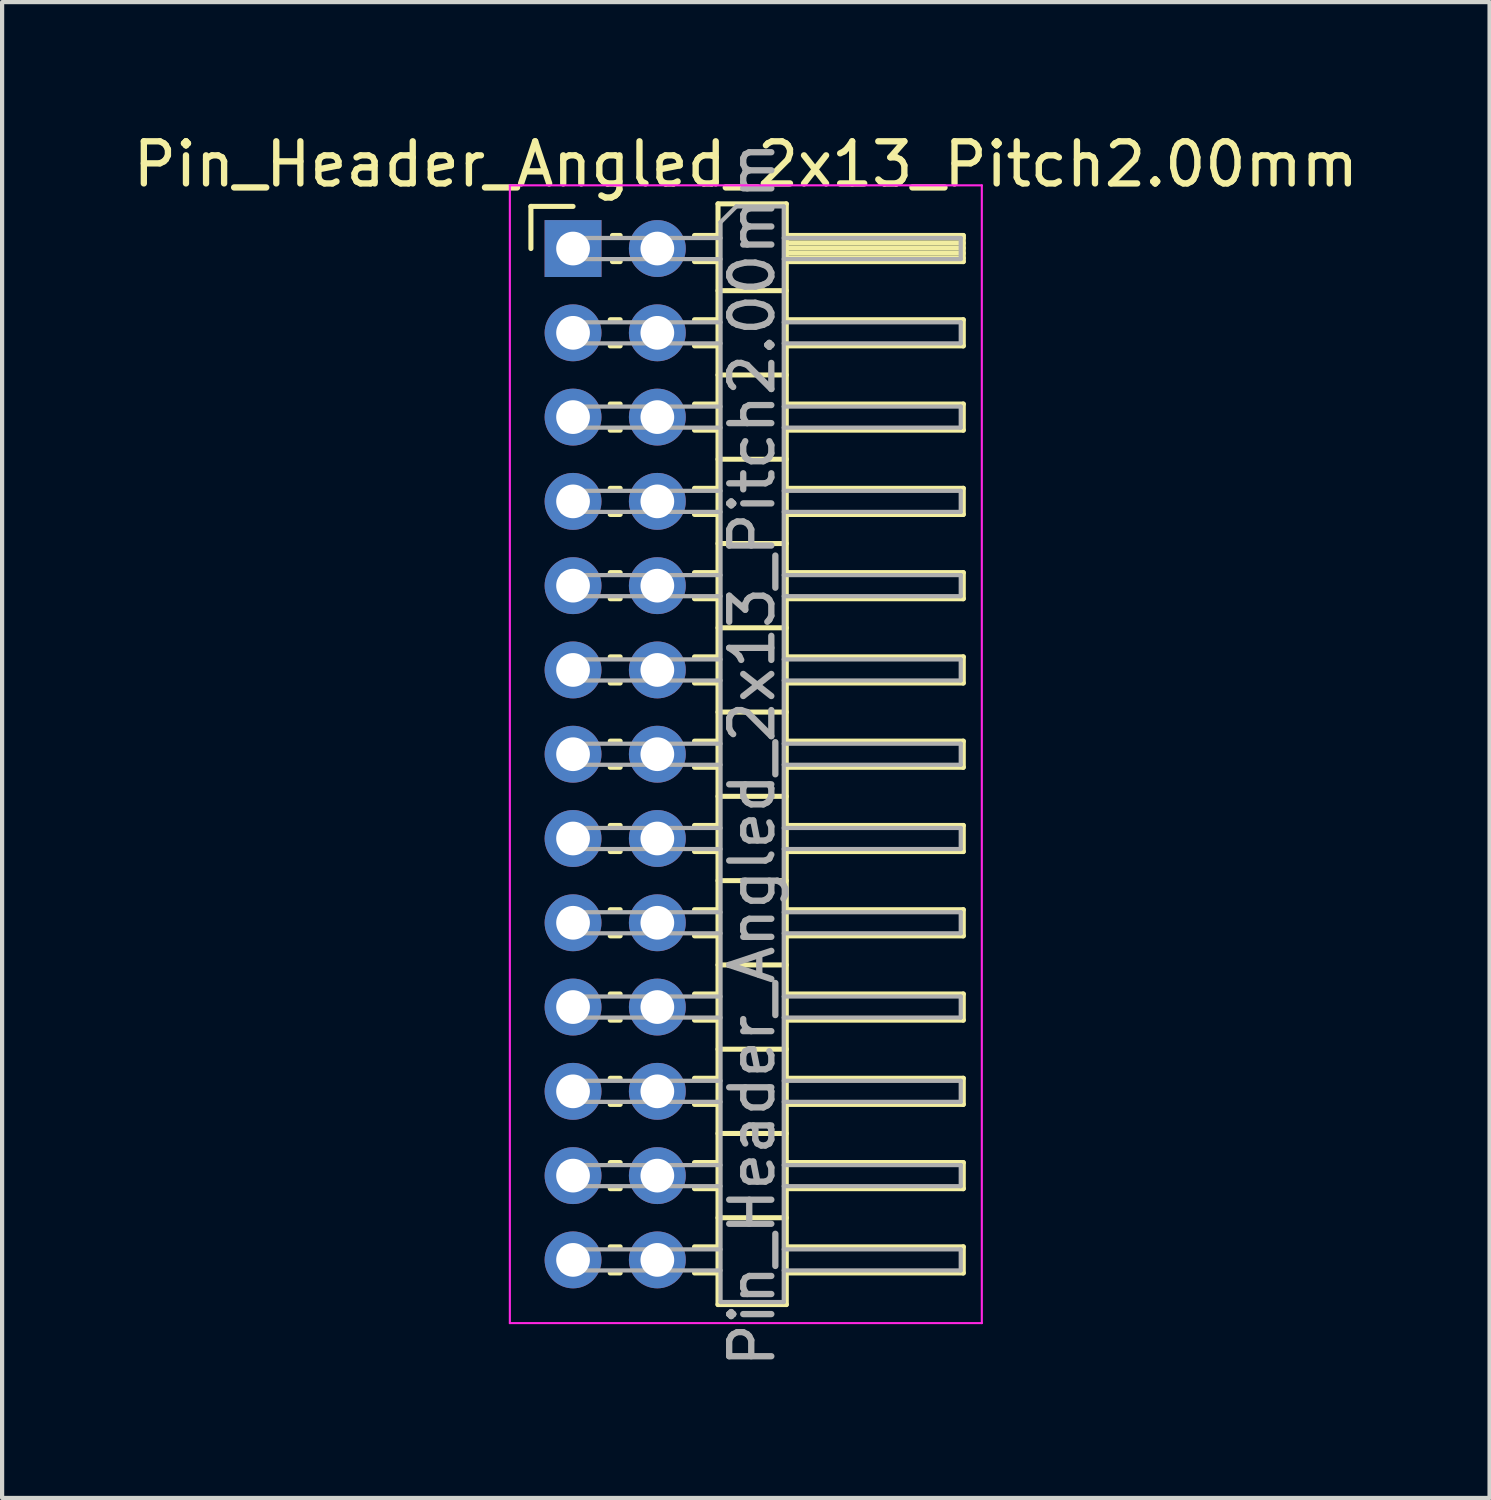
<source format=kicad_pcb>
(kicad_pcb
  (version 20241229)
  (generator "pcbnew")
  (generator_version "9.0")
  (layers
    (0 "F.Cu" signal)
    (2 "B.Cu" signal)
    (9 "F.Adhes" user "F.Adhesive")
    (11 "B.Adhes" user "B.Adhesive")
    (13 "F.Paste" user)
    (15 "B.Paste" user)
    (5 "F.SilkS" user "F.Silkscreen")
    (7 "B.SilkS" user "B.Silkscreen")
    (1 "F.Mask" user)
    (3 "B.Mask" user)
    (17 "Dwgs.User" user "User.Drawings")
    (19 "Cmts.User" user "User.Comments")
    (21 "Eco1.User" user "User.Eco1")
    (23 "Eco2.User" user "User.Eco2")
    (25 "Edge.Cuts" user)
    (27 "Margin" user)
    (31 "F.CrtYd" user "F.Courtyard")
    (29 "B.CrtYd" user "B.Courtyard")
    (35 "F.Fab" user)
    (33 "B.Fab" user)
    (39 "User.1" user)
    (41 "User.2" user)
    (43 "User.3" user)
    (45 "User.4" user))
  (footprint "Pin_Header_Angled_2x13_Pitch2.00mm"
    (layer "F.Cu")
    (at 10.549 2.848)
    (property "Reference" "Pin_Header_Angled_2x13_Pitch2.00mm" (at 4.1 -2 0) (layer "F.SilkS") (effects (font (size 1 1) (thickness 0.15))))
    (attr through_hole)
    (fp_line (start -1 -1) (end 0 -1) (stroke (width 0.12) (type solid)) (layer "F.SilkS"))
    (fp_line (start -1 0) (end -1 -1) (stroke (width 0.12) (type solid)) (layer "F.SilkS"))
    (fp_line (start 0.882 1.69) (end 1.118 1.69) (stroke (width 0.12) (type solid)) (layer "F.SilkS"))
    (fp_line (start 0.882 2.31) (end 1.118 2.31) (stroke (width 0.12) (type solid)) (layer "F.SilkS"))
    (fp_line (start 0.882 3.69) (end 1.118 3.69) (stroke (width 0.12) (type solid)) (layer "F.SilkS"))
    (fp_line (start 0.882 4.31) (end 1.118 4.31) (stroke (width 0.12) (type solid)) (layer "F.SilkS"))
    (fp_line (start 0.882 5.69) (end 1.118 5.69) (stroke (width 0.12) (type solid)) (layer "F.SilkS"))
    (fp_line (start 0.882 6.31) (end 1.118 6.31) (stroke (width 0.12) (type solid)) (layer "F.SilkS"))
    (fp_line (start 0.882 7.69) (end 1.118 7.69) (stroke (width 0.12) (type solid)) (layer "F.SilkS"))
    (fp_line (start 0.882 8.31) (end 1.118 8.31) (stroke (width 0.12) (type solid)) (layer "F.SilkS"))
    (fp_line (start 0.882 9.69) (end 1.118 9.69) (stroke (width 0.12) (type solid)) (layer "F.SilkS"))
    (fp_line (start 0.882 10.31) (end 1.118 10.31) (stroke (width 0.12) (type solid)) (layer "F.SilkS"))
    (fp_line (start 0.882 11.69) (end 1.118 11.69) (stroke (width 0.12) (type solid)) (layer "F.SilkS"))
    (fp_line (start 0.882 12.31) (end 1.118 12.31) (stroke (width 0.12) (type solid)) (layer "F.SilkS"))
    (fp_line (start 0.882 13.69) (end 1.118 13.69) (stroke (width 0.12) (type solid)) (layer "F.SilkS"))
    (fp_line (start 0.882 14.31) (end 1.118 14.31) (stroke (width 0.12) (type solid)) (layer "F.SilkS"))
    (fp_line (start 0.882 15.69) (end 1.118 15.69) (stroke (width 0.12) (type solid)) (layer "F.SilkS"))
    (fp_line (start 0.882 16.31) (end 1.118 16.31) (stroke (width 0.12) (type solid)) (layer "F.SilkS"))
    (fp_line (start 0.882 17.69) (end 1.118 17.69) (stroke (width 0.12) (type solid)) (layer "F.SilkS"))
    (fp_line (start 0.882 18.31) (end 1.118 18.31) (stroke (width 0.12) (type solid)) (layer "F.SilkS"))
    (fp_line (start 0.882 19.69) (end 1.118 19.69) (stroke (width 0.12) (type solid)) (layer "F.SilkS"))
    (fp_line (start 0.882 20.31) (end 1.118 20.31) (stroke (width 0.12) (type solid)) (layer "F.SilkS"))
    (fp_line (start 0.882 21.69) (end 1.118 21.69) (stroke (width 0.12) (type solid)) (layer "F.SilkS"))
    (fp_line (start 0.882 22.31) (end 1.118 22.31) (stroke (width 0.12) (type solid)) (layer "F.SilkS"))
    (fp_line (start 0.882 23.69) (end 1.118 23.69) (stroke (width 0.12) (type solid)) (layer "F.SilkS"))
    (fp_line (start 0.882 24.31) (end 1.118 24.31) (stroke (width 0.12) (type solid)) (layer "F.SilkS"))
    (fp_line (start 0.935 -0.31) (end 1.118 -0.31) (stroke (width 0.12) (type solid)) (layer "F.SilkS"))
    (fp_line (start 0.935 0.31) (end 1.118 0.31) (stroke (width 0.12) (type solid)) (layer "F.SilkS"))
    (fp_line (start 2.882 -0.31) (end 3.44 -0.31) (stroke (width 0.12) (type solid)) (layer "F.SilkS"))
    (fp_line (start 2.882 0.31) (end 3.44 0.31) (stroke (width 0.12) (type solid)) (layer "F.SilkS"))
    (fp_line (start 2.882 1.69) (end 3.44 1.69) (stroke (width 0.12) (type solid)) (layer "F.SilkS"))
    (fp_line (start 2.882 2.31) (end 3.44 2.31) (stroke (width 0.12) (type solid)) (layer "F.SilkS"))
    (fp_line (start 2.882 3.69) (end 3.44 3.69) (stroke (width 0.12) (type solid)) (layer "F.SilkS"))
    (fp_line (start 2.882 4.31) (end 3.44 4.31) (stroke (width 0.12) (type solid)) (layer "F.SilkS"))
    (fp_line (start 2.882 5.69) (end 3.44 5.69) (stroke (width 0.12) (type solid)) (layer "F.SilkS"))
    (fp_line (start 2.882 6.31) (end 3.44 6.31) (stroke (width 0.12) (type solid)) (layer "F.SilkS"))
    (fp_line (start 2.882 7.69) (end 3.44 7.69) (stroke (width 0.12) (type solid)) (layer "F.SilkS"))
    (fp_line (start 2.882 8.31) (end 3.44 8.31) (stroke (width 0.12) (type solid)) (layer "F.SilkS"))
    (fp_line (start 2.882 9.69) (end 3.44 9.69) (stroke (width 0.12) (type solid)) (layer "F.SilkS"))
    (fp_line (start 2.882 10.31) (end 3.44 10.31) (stroke (width 0.12) (type solid)) (layer "F.SilkS"))
    (fp_line (start 2.882 11.69) (end 3.44 11.69) (stroke (width 0.12) (type solid)) (layer "F.SilkS"))
    (fp_line (start 2.882 12.31) (end 3.44 12.31) (stroke (width 0.12) (type solid)) (layer "F.SilkS"))
    (fp_line (start 2.882 13.69) (end 3.44 13.69) (stroke (width 0.12) (type solid)) (layer "F.SilkS"))
    (fp_line (start 2.882 14.31) (end 3.44 14.31) (stroke (width 0.12) (type solid)) (layer "F.SilkS"))
    (fp_line (start 2.882 15.69) (end 3.44 15.69) (stroke (width 0.12) (type solid)) (layer "F.SilkS"))
    (fp_line (start 2.882 16.31) (end 3.44 16.31) (stroke (width 0.12) (type solid)) (layer "F.SilkS"))
    (fp_line (start 2.882 17.69) (end 3.44 17.69) (stroke (width 0.12) (type solid)) (layer "F.SilkS"))
    (fp_line (start 2.882 18.31) (end 3.44 18.31) (stroke (width 0.12) (type solid)) (layer "F.SilkS"))
    (fp_line (start 2.882 19.69) (end 3.44 19.69) (stroke (width 0.12) (type solid)) (layer "F.SilkS"))
    (fp_line (start 2.882 20.31) (end 3.44 20.31) (stroke (width 0.12) (type solid)) (layer "F.SilkS"))
    (fp_line (start 2.882 21.69) (end 3.44 21.69) (stroke (width 0.12) (type solid)) (layer "F.SilkS"))
    (fp_line (start 2.882 22.31) (end 3.44 22.31) (stroke (width 0.12) (type solid)) (layer "F.SilkS"))
    (fp_line (start 2.882 23.69) (end 3.44 23.69) (stroke (width 0.12) (type solid)) (layer "F.SilkS"))
    (fp_line (start 2.882 24.31) (end 3.44 24.31) (stroke (width 0.12) (type solid)) (layer "F.SilkS"))
    (fp_line (start 3.44 -1.06) (end 3.44 25.06) (stroke (width 0.12) (type solid)) (layer "F.SilkS"))
    (fp_line (start 3.44 1) (end 5.06 1) (stroke (width 0.12) (type solid)) (layer "F.SilkS"))
    (fp_line (start 3.44 3) (end 5.06 3) (stroke (width 0.12) (type solid)) (layer "F.SilkS"))
    (fp_line (start 3.44 5) (end 5.06 5) (stroke (width 0.12) (type solid)) (layer "F.SilkS"))
    (fp_line (start 3.44 7) (end 5.06 7) (stroke (width 0.12) (type solid)) (layer "F.SilkS"))
    (fp_line (start 3.44 9) (end 5.06 9) (stroke (width 0.12) (type solid)) (layer "F.SilkS"))
    (fp_line (start 3.44 11) (end 5.06 11) (stroke (width 0.12) (type solid)) (layer "F.SilkS"))
    (fp_line (start 3.44 13) (end 5.06 13) (stroke (width 0.12) (type solid)) (layer "F.SilkS"))
    (fp_line (start 3.44 15) (end 5.06 15) (stroke (width 0.12) (type solid)) (layer "F.SilkS"))
    (fp_line (start 3.44 17) (end 5.06 17) (stroke (width 0.12) (type solid)) (layer "F.SilkS"))
    (fp_line (start 3.44 19) (end 5.06 19) (stroke (width 0.12) (type solid)) (layer "F.SilkS"))
    (fp_line (start 3.44 21) (end 5.06 21) (stroke (width 0.12) (type solid)) (layer "F.SilkS"))
    (fp_line (start 3.44 23) (end 5.06 23) (stroke (width 0.12) (type solid)) (layer "F.SilkS"))
    (fp_line (start 3.44 25.06) (end 5.06 25.06) (stroke (width 0.12) (type solid)) (layer "F.SilkS"))
    (fp_line (start 5.06 -1.06) (end 3.44 -1.06) (stroke (width 0.12) (type solid)) (layer "F.SilkS"))
    (fp_line (start 5.06 -0.31) (end 9.26 -0.31) (stroke (width 0.12) (type solid)) (layer "F.SilkS"))
    (fp_line (start 5.06 -0.25) (end 9.26 -0.25) (stroke (width 0.12) (type solid)) (layer "F.SilkS"))
    (fp_line (start 5.06 -0.13) (end 9.26 -0.13) (stroke (width 0.12) (type solid)) (layer "F.SilkS"))
    (fp_line (start 5.06 -0.01) (end 9.26 -0.01) (stroke (width 0.12) (type solid)) (layer "F.SilkS"))
    (fp_line (start 5.06 0.11) (end 9.26 0.11) (stroke (width 0.12) (type solid)) (layer "F.SilkS"))
    (fp_line (start 5.06 0.23) (end 9.26 0.23) (stroke (width 0.12) (type solid)) (layer "F.SilkS"))
    (fp_line (start 5.06 1.69) (end 9.26 1.69) (stroke (width 0.12) (type solid)) (layer "F.SilkS"))
    (fp_line (start 5.06 3.69) (end 9.26 3.69) (stroke (width 0.12) (type solid)) (layer "F.SilkS"))
    (fp_line (start 5.06 5.69) (end 9.26 5.69) (stroke (width 0.12) (type solid)) (layer "F.SilkS"))
    (fp_line (start 5.06 7.69) (end 9.26 7.69) (stroke (width 0.12) (type solid)) (layer "F.SilkS"))
    (fp_line (start 5.06 9.69) (end 9.26 9.69) (stroke (width 0.12) (type solid)) (layer "F.SilkS"))
    (fp_line (start 5.06 11.69) (end 9.26 11.69) (stroke (width 0.12) (type solid)) (layer "F.SilkS"))
    (fp_line (start 5.06 13.69) (end 9.26 13.69) (stroke (width 0.12) (type solid)) (layer "F.SilkS"))
    (fp_line (start 5.06 15.69) (end 9.26 15.69) (stroke (width 0.12) (type solid)) (layer "F.SilkS"))
    (fp_line (start 5.06 17.69) (end 9.26 17.69) (stroke (width 0.12) (type solid)) (layer "F.SilkS"))
    (fp_line (start 5.06 19.69) (end 9.26 19.69) (stroke (width 0.12) (type solid)) (layer "F.SilkS"))
    (fp_line (start 5.06 21.69) (end 9.26 21.69) (stroke (width 0.12) (type solid)) (layer "F.SilkS"))
    (fp_line (start 5.06 23.69) (end 9.26 23.69) (stroke (width 0.12) (type solid)) (layer "F.SilkS"))
    (fp_line (start 5.06 25.06) (end 5.06 -1.06) (stroke (width 0.12) (type solid)) (layer "F.SilkS"))
    (fp_line (start 9.26 -0.31) (end 9.26 0.31) (stroke (width 0.12) (type solid)) (layer "F.SilkS"))
    (fp_line (start 9.26 0.31) (end 5.06 0.31) (stroke (width 0.12) (type solid)) (layer "F.SilkS"))
    (fp_line (start 9.26 1.69) (end 9.26 2.31) (stroke (width 0.12) (type solid)) (layer "F.SilkS"))
    (fp_line (start 9.26 2.31) (end 5.06 2.31) (stroke (width 0.12) (type solid)) (layer "F.SilkS"))
    (fp_line (start 9.26 3.69) (end 9.26 4.31) (stroke (width 0.12) (type solid)) (layer "F.SilkS"))
    (fp_line (start 9.26 4.31) (end 5.06 4.31) (stroke (width 0.12) (type solid)) (layer "F.SilkS"))
    (fp_line (start 9.26 5.69) (end 9.26 6.31) (stroke (width 0.12) (type solid)) (layer "F.SilkS"))
    (fp_line (start 9.26 6.31) (end 5.06 6.31) (stroke (width 0.12) (type solid)) (layer "F.SilkS"))
    (fp_line (start 9.26 7.69) (end 9.26 8.31) (stroke (width 0.12) (type solid)) (layer "F.SilkS"))
    (fp_line (start 9.26 8.31) (end 5.06 8.31) (stroke (width 0.12) (type solid)) (layer "F.SilkS"))
    (fp_line (start 9.26 9.69) (end 9.26 10.31) (stroke (width 0.12) (type solid)) (layer "F.SilkS"))
    (fp_line (start 9.26 10.31) (end 5.06 10.31) (stroke (width 0.12) (type solid)) (layer "F.SilkS"))
    (fp_line (start 9.26 11.69) (end 9.26 12.31) (stroke (width 0.12) (type solid)) (layer "F.SilkS"))
    (fp_line (start 9.26 12.31) (end 5.06 12.31) (stroke (width 0.12) (type solid)) (layer "F.SilkS"))
    (fp_line (start 9.26 13.69) (end 9.26 14.31) (stroke (width 0.12) (type solid)) (layer "F.SilkS"))
    (fp_line (start 9.26 14.31) (end 5.06 14.31) (stroke (width 0.12) (type solid)) (layer "F.SilkS"))
    (fp_line (start 9.26 15.69) (end 9.26 16.31) (stroke (width 0.12) (type solid)) (layer "F.SilkS"))
    (fp_line (start 9.26 16.31) (end 5.06 16.31) (stroke (width 0.12) (type solid)) (layer "F.SilkS"))
    (fp_line (start 9.26 17.69) (end 9.26 18.31) (stroke (width 0.12) (type solid)) (layer "F.SilkS"))
    (fp_line (start 9.26 18.31) (end 5.06 18.31) (stroke (width 0.12) (type solid)) (layer "F.SilkS"))
    (fp_line (start 9.26 19.69) (end 9.26 20.31) (stroke (width 0.12) (type solid)) (layer "F.SilkS"))
    (fp_line (start 9.26 20.31) (end 5.06 20.31) (stroke (width 0.12) (type solid)) (layer "F.SilkS"))
    (fp_line (start 9.26 21.69) (end 9.26 22.31) (stroke (width 0.12) (type solid)) (layer "F.SilkS"))
    (fp_line (start 9.26 22.31) (end 5.06 22.31) (stroke (width 0.12) (type solid)) (layer "F.SilkS"))
    (fp_line (start 9.26 23.69) (end 9.26 24.31) (stroke (width 0.12) (type solid)) (layer "F.SilkS"))
    (fp_line (start 9.26 24.31) (end 5.06 24.31) (stroke (width 0.12) (type solid)) (layer "F.SilkS"))
    (fp_line (start -1.5 -1.5) (end -1.5 25.5) (stroke (width 0.05) (type solid)) (layer "F.CrtYd"))
    (fp_line (start -1.5 25.5) (end 9.7 25.5) (stroke (width 0.05) (type solid)) (layer "F.CrtYd"))
    (fp_line (start 9.7 -1.5) (end -1.5 -1.5) (stroke (width 0.05) (type solid)) (layer "F.CrtYd"))
    (fp_line (start 9.7 25.5) (end 9.7 -1.5) (stroke (width 0.05) (type solid)) (layer "F.CrtYd"))
    (fp_line (start -0.25 -0.25) (end -0.25 0.25) (stroke (width 0.1) (type solid)) (layer "F.Fab"))
    (fp_line (start -0.25 -0.25) (end 3.5 -0.25) (stroke (width 0.1) (type solid)) (layer "F.Fab"))
    (fp_line (start -0.25 0.25) (end 3.5 0.25) (stroke (width 0.1) (type solid)) (layer "F.Fab"))
    (fp_line (start -0.25 1.75) (end -0.25 2.25) (stroke (width 0.1) (type solid)) (layer "F.Fab"))
    (fp_line (start -0.25 1.75) (end 3.5 1.75) (stroke (width 0.1) (type solid)) (layer "F.Fab"))
    (fp_line (start -0.25 2.25) (end 3.5 2.25) (stroke (width 0.1) (type solid)) (layer "F.Fab"))
    (fp_line (start -0.25 3.75) (end -0.25 4.25) (stroke (width 0.1) (type solid)) (layer "F.Fab"))
    (fp_line (start -0.25 3.75) (end 3.5 3.75) (stroke (width 0.1) (type solid)) (layer "F.Fab"))
    (fp_line (start -0.25 4.25) (end 3.5 4.25) (stroke (width 0.1) (type solid)) (layer "F.Fab"))
    (fp_line (start -0.25 5.75) (end -0.25 6.25) (stroke (width 0.1) (type solid)) (layer "F.Fab"))
    (fp_line (start -0.25 5.75) (end 3.5 5.75) (stroke (width 0.1) (type solid)) (layer "F.Fab"))
    (fp_line (start -0.25 6.25) (end 3.5 6.25) (stroke (width 0.1) (type solid)) (layer "F.Fab"))
    (fp_line (start -0.25 7.75) (end -0.25 8.25) (stroke (width 0.1) (type solid)) (layer "F.Fab"))
    (fp_line (start -0.25 7.75) (end 3.5 7.75) (stroke (width 0.1) (type solid)) (layer "F.Fab"))
    (fp_line (start -0.25 8.25) (end 3.5 8.25) (stroke (width 0.1) (type solid)) (layer "F.Fab"))
    (fp_line (start -0.25 9.75) (end -0.25 10.25) (stroke (width 0.1) (type solid)) (layer "F.Fab"))
    (fp_line (start -0.25 9.75) (end 3.5 9.75) (stroke (width 0.1) (type solid)) (layer "F.Fab"))
    (fp_line (start -0.25 10.25) (end 3.5 10.25) (stroke (width 0.1) (type solid)) (layer "F.Fab"))
    (fp_line (start -0.25 11.75) (end -0.25 12.25) (stroke (width 0.1) (type solid)) (layer "F.Fab"))
    (fp_line (start -0.25 11.75) (end 3.5 11.75) (stroke (width 0.1) (type solid)) (layer "F.Fab"))
    (fp_line (start -0.25 12.25) (end 3.5 12.25) (stroke (width 0.1) (type solid)) (layer "F.Fab"))
    (fp_line (start -0.25 13.75) (end -0.25 14.25) (stroke (width 0.1) (type solid)) (layer "F.Fab"))
    (fp_line (start -0.25 13.75) (end 3.5 13.75) (stroke (width 0.1) (type solid)) (layer "F.Fab"))
    (fp_line (start -0.25 14.25) (end 3.5 14.25) (stroke (width 0.1) (type solid)) (layer "F.Fab"))
    (fp_line (start -0.25 15.75) (end -0.25 16.25) (stroke (width 0.1) (type solid)) (layer "F.Fab"))
    (fp_line (start -0.25 15.75) (end 3.5 15.75) (stroke (width 0.1) (type solid)) (layer "F.Fab"))
    (fp_line (start -0.25 16.25) (end 3.5 16.25) (stroke (width 0.1) (type solid)) (layer "F.Fab"))
    (fp_line (start -0.25 17.75) (end -0.25 18.25) (stroke (width 0.1) (type solid)) (layer "F.Fab"))
    (fp_line (start -0.25 17.75) (end 3.5 17.75) (stroke (width 0.1) (type solid)) (layer "F.Fab"))
    (fp_line (start -0.25 18.25) (end 3.5 18.25) (stroke (width 0.1) (type solid)) (layer "F.Fab"))
    (fp_line (start -0.25 19.75) (end -0.25 20.25) (stroke (width 0.1) (type solid)) (layer "F.Fab"))
    (fp_line (start -0.25 19.75) (end 3.5 19.75) (stroke (width 0.1) (type solid)) (layer "F.Fab"))
    (fp_line (start -0.25 20.25) (end 3.5 20.25) (stroke (width 0.1) (type solid)) (layer "F.Fab"))
    (fp_line (start -0.25 21.75) (end -0.25 22.25) (stroke (width 0.1) (type solid)) (layer "F.Fab"))
    (fp_line (start -0.25 21.75) (end 3.5 21.75) (stroke (width 0.1) (type solid)) (layer "F.Fab"))
    (fp_line (start -0.25 22.25) (end 3.5 22.25) (stroke (width 0.1) (type solid)) (layer "F.Fab"))
    (fp_line (start -0.25 23.75) (end -0.25 24.25) (stroke (width 0.1) (type solid)) (layer "F.Fab"))
    (fp_line (start -0.25 23.75) (end 3.5 23.75) (stroke (width 0.1) (type solid)) (layer "F.Fab"))
    (fp_line (start -0.25 24.25) (end 3.5 24.25) (stroke (width 0.1) (type solid)) (layer "F.Fab"))
    (fp_line (start 3.5 -0.625) (end 3.875 -1) (stroke (width 0.1) (type solid)) (layer "F.Fab"))
    (fp_line (start 3.5 25) (end 3.5 -0.625) (stroke (width 0.1) (type solid)) (layer "F.Fab"))
    (fp_line (start 3.875 -1) (end 5 -1) (stroke (width 0.1) (type solid)) (layer "F.Fab"))
    (fp_line (start 5 -1) (end 5 25) (stroke (width 0.1) (type solid)) (layer "F.Fab"))
    (fp_line (start 5 -0.25) (end 9.2 -0.25) (stroke (width 0.1) (type solid)) (layer "F.Fab"))
    (fp_line (start 5 0.25) (end 9.2 0.25) (stroke (width 0.1) (type solid)) (layer "F.Fab"))
    (fp_line (start 5 1.75) (end 9.2 1.75) (stroke (width 0.1) (type solid)) (layer "F.Fab"))
    (fp_line (start 5 2.25) (end 9.2 2.25) (stroke (width 0.1) (type solid)) (layer "F.Fab"))
    (fp_line (start 5 3.75) (end 9.2 3.75) (stroke (width 0.1) (type solid)) (layer "F.Fab"))
    (fp_line (start 5 4.25) (end 9.2 4.25) (stroke (width 0.1) (type solid)) (layer "F.Fab"))
    (fp_line (start 5 5.75) (end 9.2 5.75) (stroke (width 0.1) (type solid)) (layer "F.Fab"))
    (fp_line (start 5 6.25) (end 9.2 6.25) (stroke (width 0.1) (type solid)) (layer "F.Fab"))
    (fp_line (start 5 7.75) (end 9.2 7.75) (stroke (width 0.1) (type solid)) (layer "F.Fab"))
    (fp_line (start 5 8.25) (end 9.2 8.25) (stroke (width 0.1) (type solid)) (layer "F.Fab"))
    (fp_line (start 5 9.75) (end 9.2 9.75) (stroke (width 0.1) (type solid)) (layer "F.Fab"))
    (fp_line (start 5 10.25) (end 9.2 10.25) (stroke (width 0.1) (type solid)) (layer "F.Fab"))
    (fp_line (start 5 11.75) (end 9.2 11.75) (stroke (width 0.1) (type solid)) (layer "F.Fab"))
    (fp_line (start 5 12.25) (end 9.2 12.25) (stroke (width 0.1) (type solid)) (layer "F.Fab"))
    (fp_line (start 5 13.75) (end 9.2 13.75) (stroke (width 0.1) (type solid)) (layer "F.Fab"))
    (fp_line (start 5 14.25) (end 9.2 14.25) (stroke (width 0.1) (type solid)) (layer "F.Fab"))
    (fp_line (start 5 15.75) (end 9.2 15.75) (stroke (width 0.1) (type solid)) (layer "F.Fab"))
    (fp_line (start 5 16.25) (end 9.2 16.25) (stroke (width 0.1) (type solid)) (layer "F.Fab"))
    (fp_line (start 5 17.75) (end 9.2 17.75) (stroke (width 0.1) (type solid)) (layer "F.Fab"))
    (fp_line (start 5 18.25) (end 9.2 18.25) (stroke (width 0.1) (type solid)) (layer "F.Fab"))
    (fp_line (start 5 19.75) (end 9.2 19.75) (stroke (width 0.1) (type solid)) (layer "F.Fab"))
    (fp_line (start 5 20.25) (end 9.2 20.25) (stroke (width 0.1) (type solid)) (layer "F.Fab"))
    (fp_line (start 5 21.75) (end 9.2 21.75) (stroke (width 0.1) (type solid)) (layer "F.Fab"))
    (fp_line (start 5 22.25) (end 9.2 22.25) (stroke (width 0.1) (type solid)) (layer "F.Fab"))
    (fp_line (start 5 23.75) (end 9.2 23.75) (stroke (width 0.1) (type solid)) (layer "F.Fab"))
    (fp_line (start 5 24.25) (end 9.2 24.25) (stroke (width 0.1) (type solid)) (layer "F.Fab"))
    (fp_line (start 5 25) (end 3.5 25) (stroke (width 0.1) (type solid)) (layer "F.Fab"))
    (fp_line (start 9.2 -0.25) (end 9.2 0.25) (stroke (width 0.1) (type solid)) (layer "F.Fab"))
    (fp_line (start 9.2 1.75) (end 9.2 2.25) (stroke (width 0.1) (type solid)) (layer "F.Fab"))
    (fp_line (start 9.2 3.75) (end 9.2 4.25) (stroke (width 0.1) (type solid)) (layer "F.Fab"))
    (fp_line (start 9.2 5.75) (end 9.2 6.25) (stroke (width 0.1) (type solid)) (layer "F.Fab"))
    (fp_line (start 9.2 7.75) (end 9.2 8.25) (stroke (width 0.1) (type solid)) (layer "F.Fab"))
    (fp_line (start 9.2 9.75) (end 9.2 10.25) (stroke (width 0.1) (type solid)) (layer "F.Fab"))
    (fp_line (start 9.2 11.75) (end 9.2 12.25) (stroke (width 0.1) (type solid)) (layer "F.Fab"))
    (fp_line (start 9.2 13.75) (end 9.2 14.25) (stroke (width 0.1) (type solid)) (layer "F.Fab"))
    (fp_line (start 9.2 15.75) (end 9.2 16.25) (stroke (width 0.1) (type solid)) (layer "F.Fab"))
    (fp_line (start 9.2 17.75) (end 9.2 18.25) (stroke (width 0.1) (type solid)) (layer "F.Fab"))
    (fp_line (start 9.2 19.75) (end 9.2 20.25) (stroke (width 0.1) (type solid)) (layer "F.Fab"))
    (fp_line (start 9.2 21.75) (end 9.2 22.25) (stroke (width 0.1) (type solid)) (layer "F.Fab"))
    (fp_line (start 9.2 23.75) (end 9.2 24.25) (stroke (width 0.1) (type solid)) (layer "F.Fab"))
    (fp_text user "${REFERENCE}" (at 4.25 12 90) (layer "F.Fab") (effects (font (size 1 1) (thickness 0.15))))
    (pad "1" thru_hole rect (at 0 0) (size 1.35 1.35) (drill 0.8) (layers "*.Cu" "*.Mask"))
    (pad "2" thru_hole oval (at 2 0) (size 1.35 1.35) (drill 0.8) (layers "*.Cu" "*.Mask"))
    (pad "3" thru_hole oval (at 0 2) (size 1.35 1.35) (drill 0.8) (layers "*.Cu" "*.Mask"))
    (pad "4" thru_hole oval (at 2 2) (size 1.35 1.35) (drill 0.8) (layers "*.Cu" "*.Mask"))
    (pad "5" thru_hole oval (at 0 4) (size 1.35 1.35) (drill 0.8) (layers "*.Cu" "*.Mask"))
    (pad "6" thru_hole oval (at 2 4) (size 1.35 1.35) (drill 0.8) (layers "*.Cu" "*.Mask"))
    (pad "7" thru_hole oval (at 0 6) (size 1.35 1.35) (drill 0.8) (layers "*.Cu" "*.Mask"))
    (pad "8" thru_hole oval (at 2 6) (size 1.35 1.35) (drill 0.8) (layers "*.Cu" "*.Mask"))
    (pad "9" thru_hole oval (at 0 8) (size 1.35 1.35) (drill 0.8) (layers "*.Cu" "*.Mask"))
    (pad "10" thru_hole oval (at 2 8) (size 1.35 1.35) (drill 0.8) (layers "*.Cu" "*.Mask"))
    (pad "11" thru_hole oval (at 0 10) (size 1.35 1.35) (drill 0.8) (layers "*.Cu" "*.Mask"))
    (pad "12" thru_hole oval (at 2 10) (size 1.35 1.35) (drill 0.8) (layers "*.Cu" "*.Mask"))
    (pad "13" thru_hole oval (at 0 12) (size 1.35 1.35) (drill 0.8) (layers "*.Cu" "*.Mask"))
    (pad "14" thru_hole oval (at 2 12) (size 1.35 1.35) (drill 0.8) (layers "*.Cu" "*.Mask"))
    (pad "15" thru_hole oval (at 0 14) (size 1.35 1.35) (drill 0.8) (layers "*.Cu" "*.Mask"))
    (pad "16" thru_hole oval (at 2 14) (size 1.35 1.35) (drill 0.8) (layers "*.Cu" "*.Mask"))
    (pad "17" thru_hole oval (at 0 16) (size 1.35 1.35) (drill 0.8) (layers "*.Cu" "*.Mask"))
    (pad "18" thru_hole oval (at 2 16) (size 1.35 1.35) (drill 0.8) (layers "*.Cu" "*.Mask"))
    (pad "19" thru_hole oval (at 0 18) (size 1.35 1.35) (drill 0.8) (layers "*.Cu" "*.Mask"))
    (pad "20" thru_hole oval (at 2 18) (size 1.35 1.35) (drill 0.8) (layers "*.Cu" "*.Mask"))
    (pad "21" thru_hole oval (at 0 20) (size 1.35 1.35) (drill 0.8) (layers "*.Cu" "*.Mask"))
    (pad "22" thru_hole oval (at 2 20) (size 1.35 1.35) (drill 0.8) (layers "*.Cu" "*.Mask"))
    (pad "23" thru_hole oval (at 0 22) (size 1.35 1.35) (drill 0.8) (layers "*.Cu" "*.Mask"))
    (pad "24" thru_hole oval (at 2 22) (size 1.35 1.35) (drill 0.8) (layers "*.Cu" "*.Mask"))
    (pad "25" thru_hole oval (at 0 24) (size 1.35 1.35) (drill 0.8) (layers "*.Cu" "*.Mask"))
    (pad "26" thru_hole oval (at 2 24) (size 1.35 1.35) (drill 0.8) (layers "*.Cu" "*.Mask")))
  (gr_rect
    (start -3 -3)
    (end 32.298 32.497)
    (stroke (width 0.1) (type default))
    (fill no)
    (layer "Edge.Cuts")))
</source>
